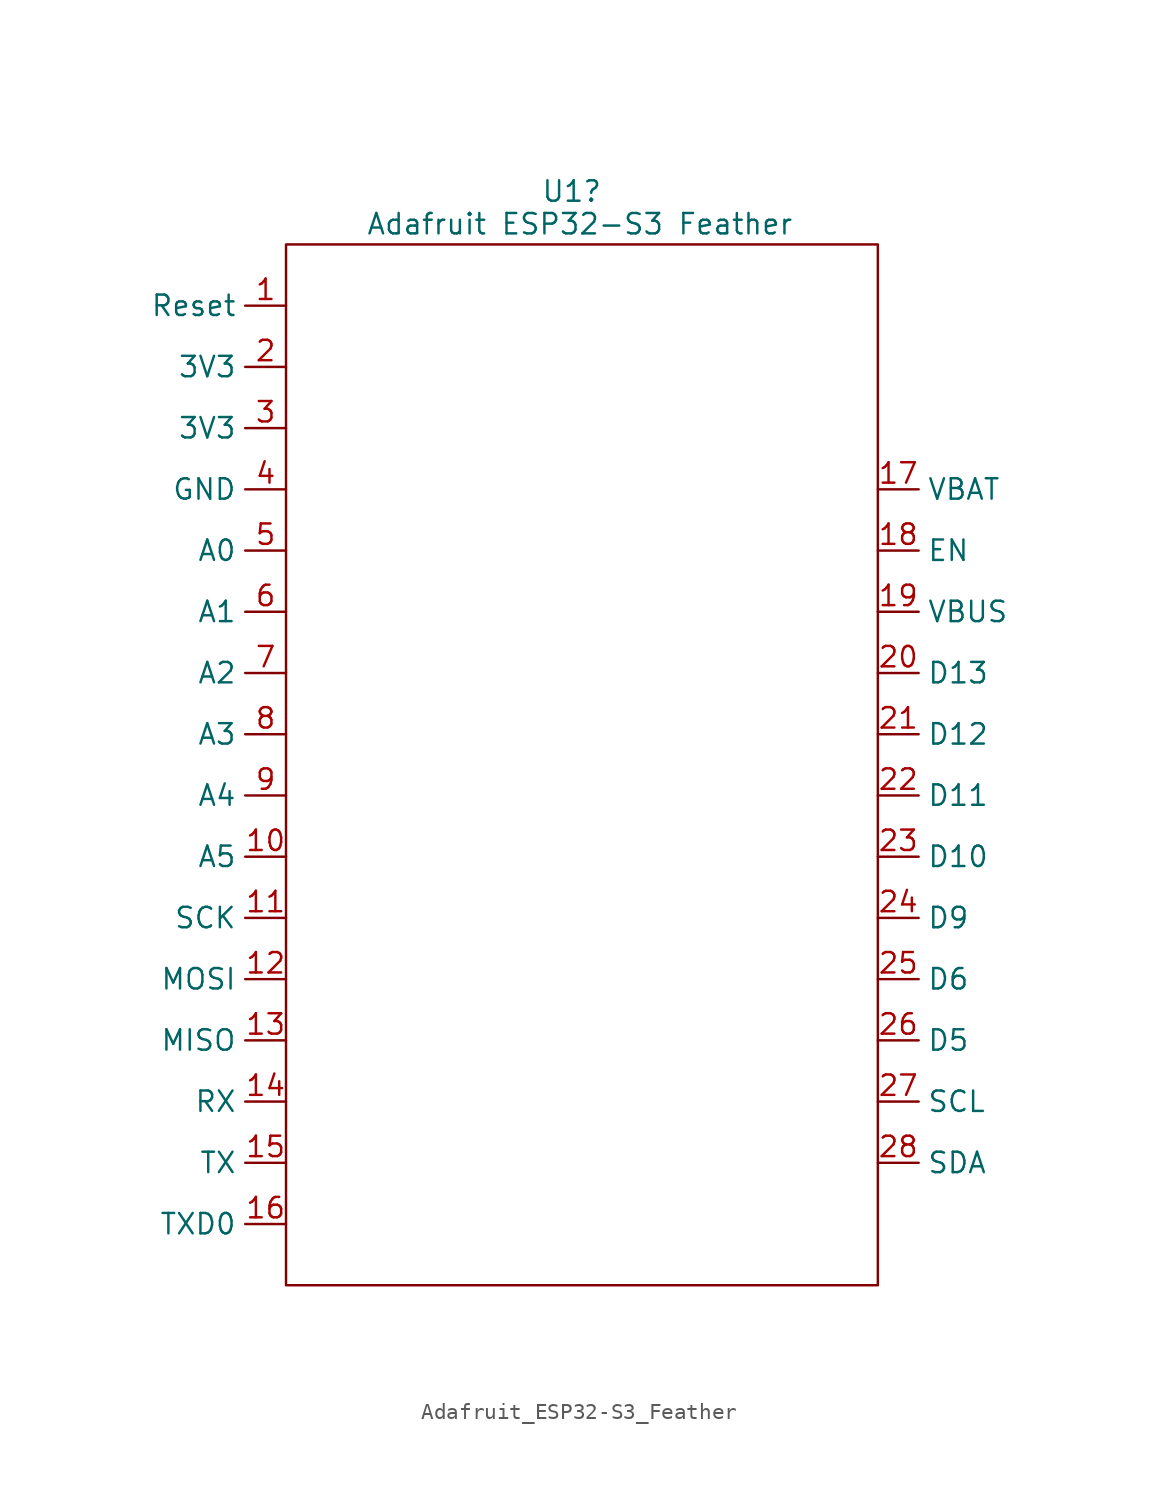
<source format=kicad_sym>
(kicad_symbol_lib
  (version 20231120)
  (generator "kicad_symbol_editor")
  (generator_version "8.0")
  (symbol "Adafruit_ESP32-S3_Feather"
    (property "Reference" "U1"
      (at 0 33.782 0)
      (effects (font (size 1.27 1.27))))
    (property "Value" "Adafruit ESP32-S3 Feather"
      (at 0.508 31.75 0)
      (effects (font (size 1.27 1.27))))
    (symbol "Adafruit_ESP32-S3_Feather_0_1"
      (rectangle (start -17.78 30.48) (end 19.05 -34.29) (stroke (width 0) (type default)) (fill (type none))))
    (symbol "Adafruit_ESP32-S3_Feather_1_1"
      (pin bidirectional line (at -17.78 26.67 180) (length 2.54) (name "Reset" (effects (font (size 1.27 1.27)))) (number "1" (effects (font (size 1.27 1.27)))))
      (pin bidirectional line (at -17.78 -7.62 180) (length 2.54) (name "A5" (effects (font (size 1.27 1.27)))) (number "10" (effects (font (size 1.27 1.27)))))
      (pin bidirectional line (at -17.78 -11.43 180) (length 2.54) (name "SCK" (effects (font (size 1.27 1.27)))) (number "11" (effects (font (size 1.27 1.27)))))
      (pin bidirectional line (at -17.78 -15.24 180) (length 2.54) (name "MOSI" (effects (font (size 1.27 1.27)))) (number "12" (effects (font (size 1.27 1.27)))))
      (pin bidirectional line (at -17.78 -19.05 180) (length 2.54) (name "MISO" (effects (font (size 1.27 1.27)))) (number "13" (effects (font (size 1.27 1.27)))))
      (pin bidirectional line (at -17.78 -22.86 180) (length 2.54) (name "RX" (effects (font (size 1.27 1.27)))) (number "14" (effects (font (size 1.27 1.27)))))
      (pin bidirectional line (at -17.78 -26.67 180) (length 2.54) (name "TX" (effects (font (size 1.27 1.27)))) (number "15" (effects (font (size 1.27 1.27)))))
      (pin bidirectional line (at -17.78 -30.48 180) (length 2.54) (name "TXD0" (effects (font (size 1.27 1.27)))) (number "16" (effects (font (size 1.27 1.27)))))
      (pin bidirectional line (at 19.05 15.24 0) (length 2.54) (name "VBAT" (effects (font (size 1.27 1.27)))) (number "17" (effects (font (size 1.27 1.27)))))
      (pin bidirectional line (at 19.05 11.43 0) (length 2.54) (name "EN" (effects (font (size 1.27 1.27)))) (number "18" (effects (font (size 1.27 1.27)))))
      (pin bidirectional line (at 19.05 7.62 0) (length 2.54) (name "VBUS" (effects (font (size 1.27 1.27)))) (number "19" (effects (font (size 1.27 1.27)))))
      (pin bidirectional line (at -17.78 22.86 180) (length 2.54) (name "3V3" (effects (font (size 1.27 1.27)))) (number "2" (effects (font (size 1.27 1.27)))))
      (pin bidirectional line (at 19.05 3.81 0) (length 2.54) (name "D13" (effects (font (size 1.27 1.27)))) (number "20" (effects (font (size 1.27 1.27)))))
      (pin bidirectional line (at 19.05 0 0) (length 2.54) (name "D12" (effects (font (size 1.27 1.27)))) (number "21" (effects (font (size 1.27 1.27)))))
      (pin bidirectional line (at 19.05 -3.81 0) (length 2.54) (name "D11" (effects (font (size 1.27 1.27)))) (number "22" (effects (font (size 1.27 1.27)))))
      (pin bidirectional line (at 19.05 -7.62 0) (length 2.54) (name "D10" (effects (font (size 1.27 1.27)))) (number "23" (effects (font (size 1.27 1.27)))))
      (pin bidirectional line (at 19.05 -11.43 0) (length 2.54) (name "D9" (effects (font (size 1.27 1.27)))) (number "24" (effects (font (size 1.27 1.27)))))
      (pin bidirectional line (at 19.05 -15.24 0) (length 2.54) (name "D6" (effects (font (size 1.27 1.27)))) (number "25" (effects (font (size 1.27 1.27)))))
      (pin bidirectional line (at 19.05 -19.05 0) (length 2.54) (name "D5" (effects (font (size 1.27 1.27)))) (number "26" (effects (font (size 1.27 1.27)))))
      (pin bidirectional line (at 19.05 -22.86 0) (length 2.54) (name "SCL" (effects (font (size 1.27 1.27)))) (number "27" (effects (font (size 1.27 1.27)))))
      (pin bidirectional line (at 19.05 -26.67 0) (length 2.54) (name "SDA" (effects (font (size 1.27 1.27)))) (number "28" (effects (font (size 1.27 1.27)))))
      (pin bidirectional line (at -17.78 19.05 180) (length 2.54) (name "3V3" (effects (font (size 1.27 1.27)))) (number "3" (effects (font (size 1.27 1.27)))))
      (pin bidirectional line (at -17.78 15.24 180) (length 2.54) (name "GND" (effects (font (size 1.27 1.27)))) (number "4" (effects (font (size 1.27 1.27)))))
      (pin bidirectional line (at -17.78 11.43 180) (length 2.54) (name "A0" (effects (font (size 1.27 1.27)))) (number "5" (effects (font (size 1.27 1.27)))))
      (pin bidirectional line (at -17.78 7.62 180) (length 2.54) (name "A1" (effects (font (size 1.27 1.27)))) (number "6" (effects (font (size 1.27 1.27)))))
      (pin bidirectional line (at -17.78 3.81 180) (length 2.54) (name "A2" (effects (font (size 1.27 1.27)))) (number "7" (effects (font (size 1.27 1.27)))))
      (pin bidirectional line (at -17.78 0 180) (length 2.54) (name "A3" (effects (font (size 1.27 1.27)))) (number "8" (effects (font (size 1.27 1.27)))))
      (pin bidirectional line (at -17.78 -3.81 180) (length 2.54) (name "A4" (effects (font (size 1.27 1.27)))) (number "9" (effects (font (size 1.27 1.27))))))))
</source>
